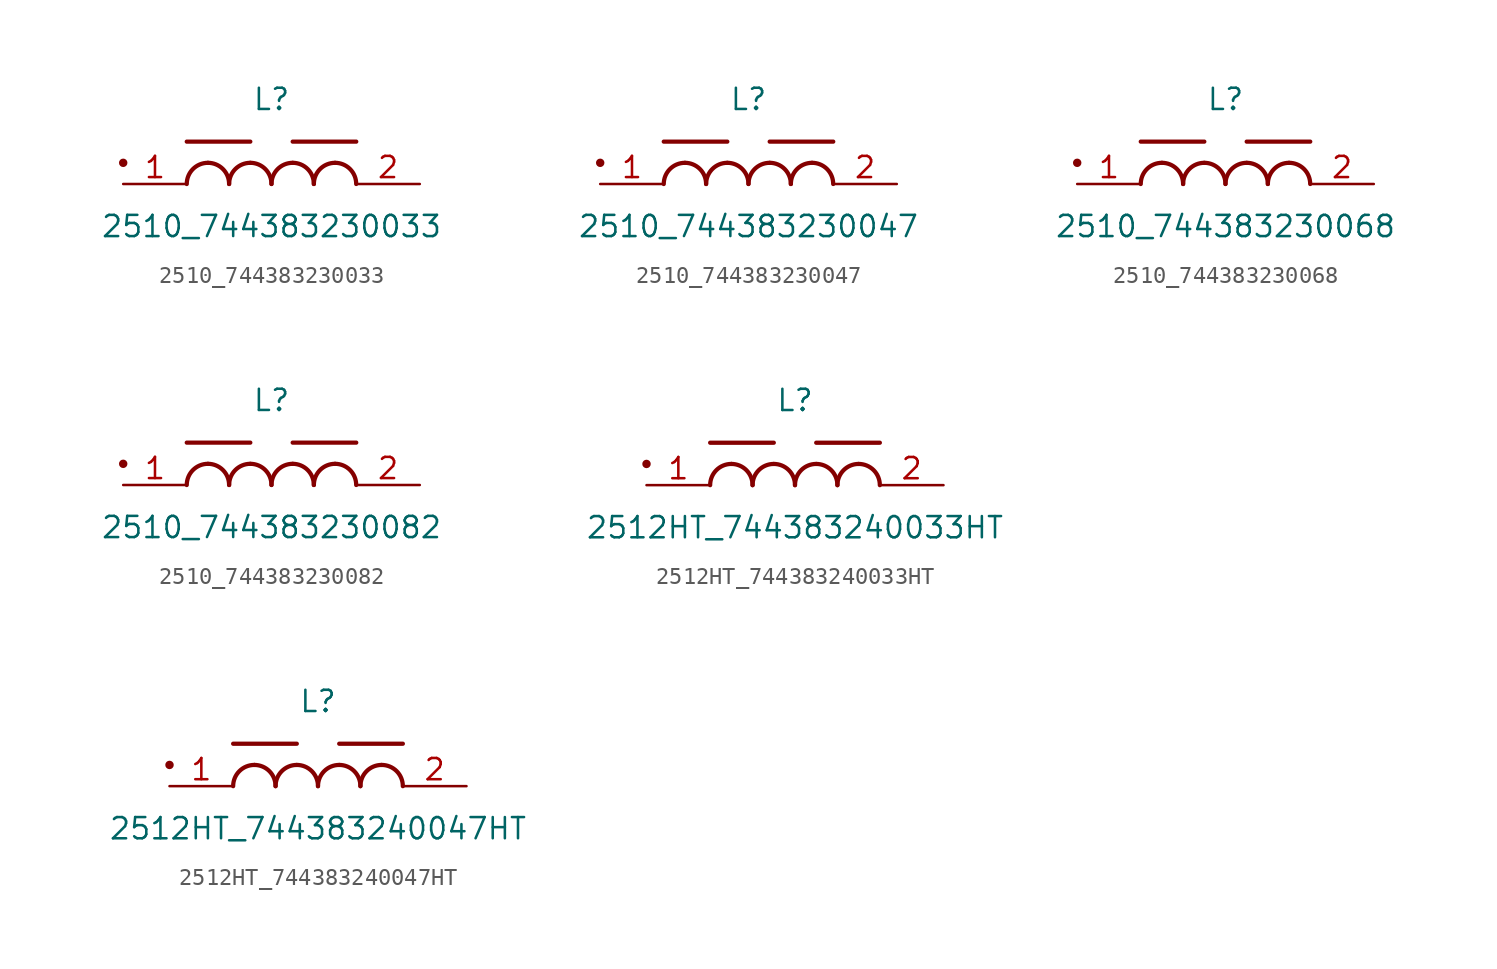
<source format=kicad_sym>
(kicad_symbol_lib
  (version 20211014)
  (generator kicad_symbol_editor)
  (symbol "Inductor_Wurth_WE-MAPI:2510_744383230033"
    (pin_names hide)
    (property "Reference" "L"
      (at 0 5.08 0)
      (effects (font (size 1.27 1.27))))
    (property "Value" "2510_744383230033"
      (at 0 -2.54 0)
      (effects (font (size 1.27 1.27))))
    (symbol "2510_744383230033_0_1"
      (circle (center -8.89 1.27) (radius 0.0001) (stroke (width 0.254)) (stroke (width 0.254) (type default) (color 0 0 0 0)) (fill (type none)))
      (arc (start -3.81 1.27) (mid -4.708 0.898) (end -5.08 0) (stroke (width 0.254) (type default) (color 0 0 0 0)) (fill (type none)))
      (arc (start -2.54 0) (mid -2.912 0.898) (end -3.81 1.27) (stroke (width 0.254) (type default) (color 0 0 0 0)) (fill (type none)))
      (arc (start -1.2699 1.2701) (mid -2.1679 0.8981) (end -2.5399 0.0001) (stroke (width 0.254) (type default) (color 0 0 0 0)) (fill (type none)))
      (polyline (pts (xy -5.08 2.54) (xy -1.27 2.54)) (stroke (width 0.254) (type default) (color 0 0 0 0)) (fill (type none)))
      (polyline (pts (xy 5.08 2.54) (xy 1.27 2.54)) (stroke (width 0.254) (type default) (color 0 0 0 0)) (fill (type none)))
      (arc (start 0.0001 0.0001) (mid -0.3719 0.8981) (end -1.2699 1.2701) (stroke (width 0.254) (type default) (color 0 0 0 0)) (fill (type none)))
      (arc (start 1.2701 1.2701) (mid 0.3721 0.8981) (end 0.0001 0.0001) (stroke (width 0.254) (type default) (color 0 0 0 0)) (fill (type none)))
      (arc (start 2.5401 0.0001) (mid 2.1681 0.8981) (end 1.2701 1.2701) (stroke (width 0.254) (type default) (color 0 0 0 0)) (fill (type none)))
      (arc (start 3.8101 1.2701) (mid 2.9121 0.8981) (end 2.5401 0.0001) (stroke (width 0.254) (type default) (color 0 0 0 0)) (fill (type none)))
      (arc (start 5.0801 0.0001) (mid 4.7081 0.8981) (end 3.8101 1.2701) (stroke (width 0.254) (type default) (color 0 0 0 0)) (fill (type none))))
    (symbol "2510_744383230033_1_1"
      (pin passive line (at -8.89 0 0) (length 3.81) (name "1" (effects (font (size 1.27 1.27)))) (number "1" (effects (font (size 1.27 1.27)))))
      (pin passive line (at 8.89 0 180) (length 3.81) (name "2" (effects (font (size 1.27 1.27)))) (number "2" (effects (font (size 1.27 1.27)))))))
  (symbol "Inductor_Wurth_WE-MAPI:2510_744383230047"
    (pin_names hide)
    (property "Reference" "L"
      (at 0 5.08 0)
      (effects (font (size 1.27 1.27))))
    (property "Value" "2510_744383230047"
      (at 0 -2.54 0)
      (effects (font (size 1.27 1.27))))
    (symbol "2510_744383230047_0_1"
      (circle (center -8.89 1.27) (radius 0.0001) (stroke (width 0.254)) (stroke (width 0.254) (type default) (color 0 0 0 0)) (fill (type none)))
      (arc (start -3.81 1.27) (mid -4.708 0.898) (end -5.08 0) (stroke (width 0.254) (type default) (color 0 0 0 0)) (fill (type none)))
      (arc (start -2.54 0) (mid -2.912 0.898) (end -3.81 1.27) (stroke (width 0.254) (type default) (color 0 0 0 0)) (fill (type none)))
      (arc (start -1.2699 1.2701) (mid -2.1679 0.8981) (end -2.5399 0.0001) (stroke (width 0.254) (type default) (color 0 0 0 0)) (fill (type none)))
      (polyline (pts (xy -5.08 2.54) (xy -1.27 2.54)) (stroke (width 0.254) (type default) (color 0 0 0 0)) (fill (type none)))
      (polyline (pts (xy 5.08 2.54) (xy 1.27 2.54)) (stroke (width 0.254) (type default) (color 0 0 0 0)) (fill (type none)))
      (arc (start 0.0001 0.0001) (mid -0.3719 0.8981) (end -1.2699 1.2701) (stroke (width 0.254) (type default) (color 0 0 0 0)) (fill (type none)))
      (arc (start 1.2701 1.2701) (mid 0.3721 0.8981) (end 0.0001 0.0001) (stroke (width 0.254) (type default) (color 0 0 0 0)) (fill (type none)))
      (arc (start 2.5401 0.0001) (mid 2.1681 0.8981) (end 1.2701 1.2701) (stroke (width 0.254) (type default) (color 0 0 0 0)) (fill (type none)))
      (arc (start 3.8101 1.2701) (mid 2.9121 0.8981) (end 2.5401 0.0001) (stroke (width 0.254) (type default) (color 0 0 0 0)) (fill (type none)))
      (arc (start 5.0801 0.0001) (mid 4.7081 0.8981) (end 3.8101 1.2701) (stroke (width 0.254) (type default) (color 0 0 0 0)) (fill (type none))))
    (symbol "2510_744383230047_1_1"
      (pin passive line (at -8.89 0 0) (length 3.81) (name "1" (effects (font (size 1.27 1.27)))) (number "1" (effects (font (size 1.27 1.27)))))
      (pin passive line (at 8.89 0 180) (length 3.81) (name "2" (effects (font (size 1.27 1.27)))) (number "2" (effects (font (size 1.27 1.27)))))))
  (symbol "Inductor_Wurth_WE-MAPI:2510_744383230068"
    (pin_names hide)
    (property "Reference" "L"
      (at 0 5.08 0)
      (effects (font (size 1.27 1.27))))
    (property "Value" "2510_744383230068"
      (at 0 -2.54 0)
      (effects (font (size 1.27 1.27))))
    (symbol "2510_744383230068_0_1"
      (circle (center -8.89 1.27) (radius 0.0001) (stroke (width 0.254)) (stroke (width 0.254) (type default) (color 0 0 0 0)) (fill (type none)))
      (arc (start -3.81 1.27) (mid -4.708 0.898) (end -5.08 0) (stroke (width 0.254) (type default) (color 0 0 0 0)) (fill (type none)))
      (arc (start -2.54 0) (mid -2.912 0.898) (end -3.81 1.27) (stroke (width 0.254) (type default) (color 0 0 0 0)) (fill (type none)))
      (arc (start -1.2699 1.2701) (mid -2.1679 0.8981) (end -2.5399 0.0001) (stroke (width 0.254) (type default) (color 0 0 0 0)) (fill (type none)))
      (polyline (pts (xy -5.08 2.54) (xy -1.27 2.54)) (stroke (width 0.254) (type default) (color 0 0 0 0)) (fill (type none)))
      (polyline (pts (xy 5.08 2.54) (xy 1.27 2.54)) (stroke (width 0.254) (type default) (color 0 0 0 0)) (fill (type none)))
      (arc (start 0.0001 0.0001) (mid -0.3719 0.8981) (end -1.2699 1.2701) (stroke (width 0.254) (type default) (color 0 0 0 0)) (fill (type none)))
      (arc (start 1.2701 1.2701) (mid 0.3721 0.8981) (end 0.0001 0.0001) (stroke (width 0.254) (type default) (color 0 0 0 0)) (fill (type none)))
      (arc (start 2.5401 0.0001) (mid 2.1681 0.8981) (end 1.2701 1.2701) (stroke (width 0.254) (type default) (color 0 0 0 0)) (fill (type none)))
      (arc (start 3.8101 1.2701) (mid 2.9121 0.8981) (end 2.5401 0.0001) (stroke (width 0.254) (type default) (color 0 0 0 0)) (fill (type none)))
      (arc (start 5.0801 0.0001) (mid 4.7081 0.8981) (end 3.8101 1.2701) (stroke (width 0.254) (type default) (color 0 0 0 0)) (fill (type none))))
    (symbol "2510_744383230068_1_1"
      (pin passive line (at -8.89 0 0) (length 3.81) (name "1" (effects (font (size 1.27 1.27)))) (number "1" (effects (font (size 1.27 1.27)))))
      (pin passive line (at 8.89 0 180) (length 3.81) (name "2" (effects (font (size 1.27 1.27)))) (number "2" (effects (font (size 1.27 1.27)))))))
  (symbol "Inductor_Wurth_WE-MAPI:2510_744383230082"
    (pin_names hide)
    (property "Reference" "L"
      (at 0 5.08 0)
      (effects (font (size 1.27 1.27))))
    (property "Value" "2510_744383230082"
      (at 0 -2.54 0)
      (effects (font (size 1.27 1.27))))
    (symbol "2510_744383230082_0_1"
      (circle (center -8.89 1.27) (radius 0.0001) (stroke (width 0.254)) (stroke (width 0.254) (type default) (color 0 0 0 0)) (fill (type none)))
      (arc (start -3.81 1.27) (mid -4.708 0.898) (end -5.08 0) (stroke (width 0.254) (type default) (color 0 0 0 0)) (fill (type none)))
      (arc (start -2.54 0) (mid -2.912 0.898) (end -3.81 1.27) (stroke (width 0.254) (type default) (color 0 0 0 0)) (fill (type none)))
      (arc (start -1.2699 1.2701) (mid -2.1679 0.8981) (end -2.5399 0.0001) (stroke (width 0.254) (type default) (color 0 0 0 0)) (fill (type none)))
      (polyline (pts (xy -5.08 2.54) (xy -1.27 2.54)) (stroke (width 0.254) (type default) (color 0 0 0 0)) (fill (type none)))
      (polyline (pts (xy 5.08 2.54) (xy 1.27 2.54)) (stroke (width 0.254) (type default) (color 0 0 0 0)) (fill (type none)))
      (arc (start 0.0001 0.0001) (mid -0.3719 0.8981) (end -1.2699 1.2701) (stroke (width 0.254) (type default) (color 0 0 0 0)) (fill (type none)))
      (arc (start 1.2701 1.2701) (mid 0.3721 0.8981) (end 0.0001 0.0001) (stroke (width 0.254) (type default) (color 0 0 0 0)) (fill (type none)))
      (arc (start 2.5401 0.0001) (mid 2.1681 0.8981) (end 1.2701 1.2701) (stroke (width 0.254) (type default) (color 0 0 0 0)) (fill (type none)))
      (arc (start 3.8101 1.2701) (mid 2.9121 0.8981) (end 2.5401 0.0001) (stroke (width 0.254) (type default) (color 0 0 0 0)) (fill (type none)))
      (arc (start 5.0801 0.0001) (mid 4.7081 0.8981) (end 3.8101 1.2701) (stroke (width 0.254) (type default) (color 0 0 0 0)) (fill (type none))))
    (symbol "2510_744383230082_1_1"
      (pin passive line (at -8.89 0 0) (length 3.81) (name "1" (effects (font (size 1.27 1.27)))) (number "1" (effects (font (size 1.27 1.27)))))
      (pin passive line (at 8.89 0 180) (length 3.81) (name "2" (effects (font (size 1.27 1.27)))) (number "2" (effects (font (size 1.27 1.27)))))))
  (symbol "Inductor_Wurth_WE-MAPI:2512HT_744383240033HT"
    (pin_names hide)
    (property "Reference" "L"
      (at 0 5.08 0)
      (effects (font (size 1.27 1.27))))
    (property "Value" "2512HT_744383240033HT"
      (at 0 -2.54 0)
      (effects (font (size 1.27 1.27))))
    (symbol "2512HT_744383240033HT_0_1"
      (circle (center -8.89 1.27) (radius 0.0001) (stroke (width 0.254)) (stroke (width 0.254) (type default) (color 0 0 0 0)) (fill (type none)))
      (arc (start -3.81 1.27) (mid -4.708 0.898) (end -5.08 0) (stroke (width 0.254) (type default) (color 0 0 0 0)) (fill (type none)))
      (arc (start -2.54 0) (mid -2.912 0.898) (end -3.81 1.27) (stroke (width 0.254) (type default) (color 0 0 0 0)) (fill (type none)))
      (arc (start -1.2699 1.2701) (mid -2.1679 0.8981) (end -2.5399 0.0001) (stroke (width 0.254) (type default) (color 0 0 0 0)) (fill (type none)))
      (polyline (pts (xy -5.08 2.54) (xy -1.27 2.54)) (stroke (width 0.254) (type default) (color 0 0 0 0)) (fill (type none)))
      (polyline (pts (xy 5.08 2.54) (xy 1.27 2.54)) (stroke (width 0.254) (type default) (color 0 0 0 0)) (fill (type none)))
      (arc (start 0.0001 0.0001) (mid -0.3719 0.8981) (end -1.2699 1.2701) (stroke (width 0.254) (type default) (color 0 0 0 0)) (fill (type none)))
      (arc (start 1.2701 1.2701) (mid 0.3721 0.8981) (end 0.0001 0.0001) (stroke (width 0.254) (type default) (color 0 0 0 0)) (fill (type none)))
      (arc (start 2.5401 0.0001) (mid 2.1681 0.8981) (end 1.2701 1.2701) (stroke (width 0.254) (type default) (color 0 0 0 0)) (fill (type none)))
      (arc (start 3.8101 1.2701) (mid 2.9121 0.8981) (end 2.5401 0.0001) (stroke (width 0.254) (type default) (color 0 0 0 0)) (fill (type none)))
      (arc (start 5.0801 0.0001) (mid 4.7081 0.8981) (end 3.8101 1.2701) (stroke (width 0.254) (type default) (color 0 0 0 0)) (fill (type none))))
    (symbol "2512HT_744383240033HT_1_1"
      (pin passive line (at -8.89 0 0) (length 3.81) (name "1" (effects (font (size 1.27 1.27)))) (number "1" (effects (font (size 1.27 1.27)))))
      (pin passive line (at 8.89 0 180) (length 3.81) (name "2" (effects (font (size 1.27 1.27)))) (number "2" (effects (font (size 1.27 1.27)))))))
  (symbol "Inductor_Wurth_WE-MAPI:2512HT_744383240047HT"
    (pin_names hide)
    (property "Reference" "L"
      (at 0 5.08 0)
      (effects (font (size 1.27 1.27))))
    (property "Value" "2512HT_744383240047HT"
      (at 0 -2.54 0)
      (effects (font (size 1.27 1.27))))
    (symbol "2512HT_744383240047HT_0_1"
      (circle (center -8.89 1.27) (radius 0.0001) (stroke (width 0.254)) (stroke (width 0.254) (type default) (color 0 0 0 0)) (fill (type none)))
      (arc (start -3.81 1.27) (mid -4.708 0.898) (end -5.08 0) (stroke (width 0.254) (type default) (color 0 0 0 0)) (fill (type none)))
      (arc (start -2.54 0) (mid -2.912 0.898) (end -3.81 1.27) (stroke (width 0.254) (type default) (color 0 0 0 0)) (fill (type none)))
      (arc (start -1.2699 1.2701) (mid -2.1679 0.8981) (end -2.5399 0.0001) (stroke (width 0.254) (type default) (color 0 0 0 0)) (fill (type none)))
      (polyline (pts (xy -5.08 2.54) (xy -1.27 2.54)) (stroke (width 0.254) (type default) (color 0 0 0 0)) (fill (type none)))
      (polyline (pts (xy 5.08 2.54) (xy 1.27 2.54)) (stroke (width 0.254) (type default) (color 0 0 0 0)) (fill (type none)))
      (arc (start 0.0001 0.0001) (mid -0.3719 0.8981) (end -1.2699 1.2701) (stroke (width 0.254) (type default) (color 0 0 0 0)) (fill (type none)))
      (arc (start 1.2701 1.2701) (mid 0.3721 0.8981) (end 0.0001 0.0001) (stroke (width 0.254) (type default) (color 0 0 0 0)) (fill (type none)))
      (arc (start 2.5401 0.0001) (mid 2.1681 0.8981) (end 1.2701 1.2701) (stroke (width 0.254) (type default) (color 0 0 0 0)) (fill (type none)))
      (arc (start 3.8101 1.2701) (mid 2.9121 0.8981) (end 2.5401 0.0001) (stroke (width 0.254) (type default) (color 0 0 0 0)) (fill (type none)))
      (arc (start 5.0801 0.0001) (mid 4.7081 0.8981) (end 3.8101 1.2701) (stroke (width 0.254) (type default) (color 0 0 0 0)) (fill (type none))))
    (symbol "2512HT_744383240047HT_1_1"
      (pin passive line (at -8.89 0 0) (length 3.81) (name "1" (effects (font (size 1.27 1.27)))) (number "1" (effects (font (size 1.27 1.27)))))
      (pin passive line (at 8.89 0 180) (length 3.81) (name "2" (effects (font (size 1.27 1.27)))) (number "2" (effects (font (size 1.27 1.27))))))))
</source>
